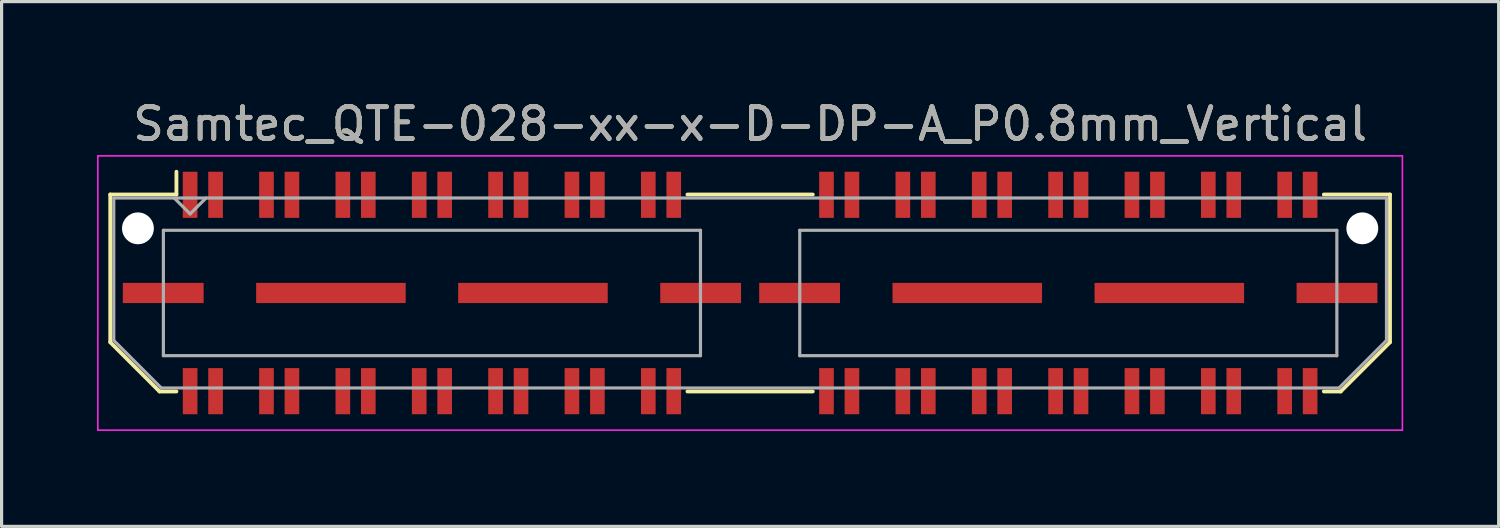
<source format=kicad_pcb>
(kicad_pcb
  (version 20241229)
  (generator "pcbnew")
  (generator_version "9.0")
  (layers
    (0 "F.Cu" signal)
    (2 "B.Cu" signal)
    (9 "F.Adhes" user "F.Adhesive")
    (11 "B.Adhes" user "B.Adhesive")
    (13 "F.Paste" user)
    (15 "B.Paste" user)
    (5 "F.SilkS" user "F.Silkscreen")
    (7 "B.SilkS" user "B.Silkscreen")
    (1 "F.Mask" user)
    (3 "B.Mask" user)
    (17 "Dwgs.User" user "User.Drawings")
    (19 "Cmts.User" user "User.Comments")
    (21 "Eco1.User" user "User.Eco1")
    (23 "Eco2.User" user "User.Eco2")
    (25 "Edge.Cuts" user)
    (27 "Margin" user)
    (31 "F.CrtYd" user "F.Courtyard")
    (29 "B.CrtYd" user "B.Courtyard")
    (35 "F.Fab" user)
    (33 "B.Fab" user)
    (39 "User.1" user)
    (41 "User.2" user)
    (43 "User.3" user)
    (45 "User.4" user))
  (footprint "Samtec_QTE-028-xx-x-D-DP-A_P0.8mm_Vertical"
    (layer "F.Cu")
    (at 20.525 6.158)
    (property "Reference" "Samtec_QTE-028-xx-x-D-DP-A_P0.8mm_Vertical" (at 0 -5.31 0) (layer "F.SilkS") (effects (font (size 1 1) (thickness 0.15))))
    (attr smd)
    (fp_line (start -20.11 -3.095) (end -20.11 1.548) (stroke (width 0.12) (type solid)) (layer "F.SilkS"))
    (fp_line (start -20.11 1.548) (end -18.562 3.095) (stroke (width 0.12) (type solid)) (layer "F.SilkS"))
    (fp_line (start -18.562 3.095) (end -18.03 3.095) (stroke (width 0.12) (type solid)) (layer "F.SilkS"))
    (fp_line (start -18.03 -3.811) (end -18.03 -3.095) (stroke (width 0.12) (type solid)) (layer "F.SilkS"))
    (fp_line (start -18.03 -3.095) (end -20.11 -3.095) (stroke (width 0.12) (type solid)) (layer "F.SilkS"))
    (fp_line (start -1.97 -3.095) (end 1.97 -3.095) (stroke (width 0.12) (type solid)) (layer "F.SilkS"))
    (fp_line (start -1.97 3.095) (end 1.97 3.095) (stroke (width 0.12) (type solid)) (layer "F.SilkS"))
    (fp_line (start 18.03 -3.095) (end 20.11 -3.095) (stroke (width 0.12) (type solid)) (layer "F.SilkS"))
    (fp_line (start 18.562 3.095) (end 18.03 3.095) (stroke (width 0.12) (type solid)) (layer "F.SilkS"))
    (fp_line (start 20.11 -3.095) (end 20.11 1.548) (stroke (width 0.12) (type solid)) (layer "F.SilkS"))
    (fp_line (start 20.11 1.548) (end 18.562 3.095) (stroke (width 0.12) (type solid)) (layer "F.SilkS"))
    (fp_line (start -20.5 -4.31) (end -20.5 4.31) (stroke (width 0.05) (type solid)) (layer "F.CrtYd"))
    (fp_line (start -20.5 4.31) (end 20.5 4.31) (stroke (width 0.05) (type solid)) (layer "F.CrtYd"))
    (fp_line (start 20.5 -4.31) (end -20.5 -4.31) (stroke (width 0.05) (type solid)) (layer "F.CrtYd"))
    (fp_line (start 20.5 4.31) (end 20.5 -4.31) (stroke (width 0.05) (type solid)) (layer "F.CrtYd"))
    (fp_line (start -20 -2.985) (end -20 1.492) (stroke (width 0.1) (type solid)) (layer "F.Fab"))
    (fp_line (start -20 -2.985) (end 20 -2.985) (stroke (width 0.1) (type solid)) (layer "F.Fab"))
    (fp_line (start -20 1.492) (end -18.508 2.985) (stroke (width 0.1) (type solid)) (layer "F.Fab"))
    (fp_line (start -18.508 2.985) (end 18.508 2.985) (stroke (width 0.1) (type solid)) (layer "F.Fab"))
    (fp_line (start -18.44 -1.97) (end -18.44 1.97) (stroke (width 0.1) (type solid)) (layer "F.Fab"))
    (fp_line (start -18.44 1.97) (end -1.56 1.97) (stroke (width 0.1) (type solid)) (layer "F.Fab"))
    (fp_line (start -17.6 -2.485) (end -18.1 -2.985) (stroke (width 0.1) (type solid)) (layer "F.Fab"))
    (fp_line (start -17.1 -2.985) (end -17.6 -2.485) (stroke (width 0.1) (type solid)) (layer "F.Fab"))
    (fp_line (start -1.56 -1.97) (end -18.44 -1.97) (stroke (width 0.1) (type solid)) (layer "F.Fab"))
    (fp_line (start -1.56 1.97) (end -1.56 -1.97) (stroke (width 0.1) (type solid)) (layer "F.Fab"))
    (fp_line (start 1.56 -1.97) (end 1.56 1.97) (stroke (width 0.1) (type solid)) (layer "F.Fab"))
    (fp_line (start 1.56 1.97) (end 18.44 1.97) (stroke (width 0.1) (type solid)) (layer "F.Fab"))
    (fp_line (start 18.44 -1.97) (end 1.56 -1.97) (stroke (width 0.1) (type solid)) (layer "F.Fab"))
    (fp_line (start 18.44 1.97) (end 18.44 -1.97) (stroke (width 0.1) (type solid)) (layer "F.Fab"))
    (fp_line (start 20 -2.985) (end 20 1.492) (stroke (width 0.1) (type solid)) (layer "F.Fab"))
    (fp_line (start 20 1.492) (end 18.508 2.985) (stroke (width 0.1) (type solid)) (layer "F.Fab"))
    (fp_text user "${REFERENCE}" (at 0 -5.31 0) (layer "F.Fab") (effects (font (size 1 1) (thickness 0.15))))
    (pad "" np_thru_hole circle (at -19.24 -2.032) (size 1 1) (drill 1) (layers "*.Cu" "*.Mask"))
    (pad "" np_thru_hole circle (at 19.24 -2.032) (size 1 1) (drill 1) (layers "*.Cu" "*.Mask"))
    (pad "1" smd rect (at -17.6 -3.086) (size 0.46 1.45) (layers "F.Cu" "F.Mask" "F.Paste"))
    (pad "2" smd rect (at -17.6 3.086) (size 0.46 1.45) (layers "F.Cu" "F.Mask" "F.Paste"))
    (pad "3" smd rect (at -16.8 -3.086) (size 0.46 1.45) (layers "F.Cu" "F.Mask" "F.Paste"))
    (pad "4" smd rect (at -16.8 3.086) (size 0.46 1.45) (layers "F.Cu" "F.Mask" "F.Paste"))
    (pad "5" smd rect (at -15.2 -3.086) (size 0.46 1.45) (layers "F.Cu" "F.Mask" "F.Paste"))
    (pad "6" smd rect (at -15.2 3.086) (size 0.46 1.45) (layers "F.Cu" "F.Mask" "F.Paste"))
    (pad "7" smd rect (at -14.4 -3.086) (size 0.46 1.45) (layers "F.Cu" "F.Mask" "F.Paste"))
    (pad "8" smd rect (at -14.4 3.086) (size 0.46 1.45) (layers "F.Cu" "F.Mask" "F.Paste"))
    (pad "9" smd rect (at -12.8 -3.086) (size 0.46 1.45) (layers "F.Cu" "F.Mask" "F.Paste"))
    (pad "10" smd rect (at -12.8 3.086) (size 0.46 1.45) (layers "F.Cu" "F.Mask" "F.Paste"))
    (pad "11" smd rect (at -12 -3.086) (size 0.46 1.45) (layers "F.Cu" "F.Mask" "F.Paste"))
    (pad "12" smd rect (at -12 3.086) (size 0.46 1.45) (layers "F.Cu" "F.Mask" "F.Paste"))
    (pad "13" smd rect (at -10.4 -3.086) (size 0.46 1.45) (layers "F.Cu" "F.Mask" "F.Paste"))
    (pad "14" smd rect (at -10.4 3.086) (size 0.46 1.45) (layers "F.Cu" "F.Mask" "F.Paste"))
    (pad "15" smd rect (at -9.6 -3.086) (size 0.46 1.45) (layers "F.Cu" "F.Mask" "F.Paste"))
    (pad "16" smd rect (at -9.6 3.086) (size 0.46 1.45) (layers "F.Cu" "F.Mask" "F.Paste"))
    (pad "17" smd rect (at -8 -3.086) (size 0.46 1.45) (layers "F.Cu" "F.Mask" "F.Paste"))
    (pad "18" smd rect (at -8 3.086) (size 0.46 1.45) (layers "F.Cu" "F.Mask" "F.Paste"))
    (pad "19" smd rect (at -7.2 -3.086) (size 0.46 1.45) (layers "F.Cu" "F.Mask" "F.Paste"))
    (pad "20" smd rect (at -7.2 3.086) (size 0.46 1.45) (layers "F.Cu" "F.Mask" "F.Paste"))
    (pad "21" smd rect (at -5.6 -3.086) (size 0.46 1.45) (layers "F.Cu" "F.Mask" "F.Paste"))
    (pad "22" smd rect (at -5.6 3.086) (size 0.46 1.45) (layers "F.Cu" "F.Mask" "F.Paste"))
    (pad "23" smd rect (at -4.8 -3.086) (size 0.46 1.45) (layers "F.Cu" "F.Mask" "F.Paste"))
    (pad "24" smd rect (at -4.8 3.086) (size 0.46 1.45) (layers "F.Cu" "F.Mask" "F.Paste"))
    (pad "25" smd rect (at -3.2 -3.086) (size 0.46 1.45) (layers "F.Cu" "F.Mask" "F.Paste"))
    (pad "26" smd rect (at -3.2 3.086) (size 0.46 1.45) (layers "F.Cu" "F.Mask" "F.Paste"))
    (pad "27" smd rect (at -2.4 -3.086) (size 0.46 1.45) (layers "F.Cu" "F.Mask" "F.Paste"))
    (pad "28" smd rect (at -2.4 3.086) (size 0.46 1.45) (layers "F.Cu" "F.Mask" "F.Paste"))
    (pad "29" smd rect (at 2.4 -3.086) (size 0.46 1.45) (layers "F.Cu" "F.Mask" "F.Paste"))
    (pad "30" smd rect (at 2.4 3.086) (size 0.46 1.45) (layers "F.Cu" "F.Mask" "F.Paste"))
    (pad "31" smd rect (at 3.2 -3.086) (size 0.46 1.45) (layers "F.Cu" "F.Mask" "F.Paste"))
    (pad "32" smd rect (at 3.2 3.086) (size 0.46 1.45) (layers "F.Cu" "F.Mask" "F.Paste"))
    (pad "33" smd rect (at 4.8 -3.086) (size 0.46 1.45) (layers "F.Cu" "F.Mask" "F.Paste"))
    (pad "34" smd rect (at 4.8 3.086) (size 0.46 1.45) (layers "F.Cu" "F.Mask" "F.Paste"))
    (pad "35" smd rect (at 5.6 -3.086) (size 0.46 1.45) (layers "F.Cu" "F.Mask" "F.Paste"))
    (pad "36" smd rect (at 5.6 3.086) (size 0.46 1.45) (layers "F.Cu" "F.Mask" "F.Paste"))
    (pad "37" smd rect (at 7.2 -3.086) (size 0.46 1.45) (layers "F.Cu" "F.Mask" "F.Paste"))
    (pad "38" smd rect (at 7.2 3.086) (size 0.46 1.45) (layers "F.Cu" "F.Mask" "F.Paste"))
    (pad "39" smd rect (at 8 -3.086) (size 0.46 1.45) (layers "F.Cu" "F.Mask" "F.Paste"))
    (pad "40" smd rect (at 8 3.086) (size 0.46 1.45) (layers "F.Cu" "F.Mask" "F.Paste"))
    (pad "41" smd rect (at 9.6 -3.086) (size 0.46 1.45) (layers "F.Cu" "F.Mask" "F.Paste"))
    (pad "42" smd rect (at 9.6 3.086) (size 0.46 1.45) (layers "F.Cu" "F.Mask" "F.Paste"))
    (pad "43" smd rect (at 10.4 -3.086) (size 0.46 1.45) (layers "F.Cu" "F.Mask" "F.Paste"))
    (pad "44" smd rect (at 10.4 3.086) (size 0.46 1.45) (layers "F.Cu" "F.Mask" "F.Paste"))
    (pad "45" smd rect (at 12 -3.086) (size 0.46 1.45) (layers "F.Cu" "F.Mask" "F.Paste"))
    (pad "46" smd rect (at 12 3.086) (size 0.46 1.45) (layers "F.Cu" "F.Mask" "F.Paste"))
    (pad "47" smd rect (at 12.8 -3.086) (size 0.46 1.45) (layers "F.Cu" "F.Mask" "F.Paste"))
    (pad "48" smd rect (at 12.8 3.086) (size 0.46 1.45) (layers "F.Cu" "F.Mask" "F.Paste"))
    (pad "49" smd rect (at 14.4 -3.086) (size 0.46 1.45) (layers "F.Cu" "F.Mask" "F.Paste"))
    (pad "50" smd rect (at 14.4 3.086) (size 0.46 1.45) (layers "F.Cu" "F.Mask" "F.Paste"))
    (pad "51" smd rect (at 15.2 -3.086) (size 0.46 1.45) (layers "F.Cu" "F.Mask" "F.Paste"))
    (pad "52" smd rect (at 15.2 3.086) (size 0.46 1.45) (layers "F.Cu" "F.Mask" "F.Paste"))
    (pad "53" smd rect (at 16.8 -3.086) (size 0.46 1.45) (layers "F.Cu" "F.Mask" "F.Paste"))
    (pad "54" smd rect (at 16.8 3.086) (size 0.46 1.45) (layers "F.Cu" "F.Mask" "F.Paste"))
    (pad "55" smd rect (at 17.6 -3.086) (size 0.46 1.45) (layers "F.Cu" "F.Mask" "F.Paste"))
    (pad "56" smd rect (at 17.6 3.086) (size 0.46 1.45) (layers "F.Cu" "F.Mask" "F.Paste"))
    (pad "P1" smd rect (at -18.445 0) (size 2.54 0.635) (layers "F.Cu" "F.Mask" "F.Paste"))
    (pad "P1" smd rect (at -13.175 0) (size 4.7 0.635) (layers "F.Cu" "F.Mask" "F.Paste"))
    (pad "P1" smd rect (at -6.825 0) (size 4.7 0.635) (layers "F.Cu" "F.Mask" "F.Paste"))
    (pad "P1" smd rect (at -1.555 0) (size 2.54 0.635) (layers "F.Cu" "F.Mask" "F.Paste"))
    (pad "P2" smd rect (at 1.555 0) (size 2.54 0.635) (layers "F.Cu" "F.Mask" "F.Paste"))
    (pad "P2" smd rect (at 6.825 0) (size 4.7 0.635) (layers "F.Cu" "F.Mask" "F.Paste"))
    (pad "P2" smd rect (at 13.175 0) (size 4.7 0.635) (layers "F.Cu" "F.Mask" "F.Paste"))
    (pad "P2" smd rect (at 18.445 0) (size 2.54 0.635) (layers "F.Cu" "F.Mask" "F.Paste")))
  (gr_rect
    (start -3 -3)
    (end 44.05 13.493)
    (stroke (width 0.1) (type default))
    (fill no)
    (layer "Edge.Cuts")))
</source>
